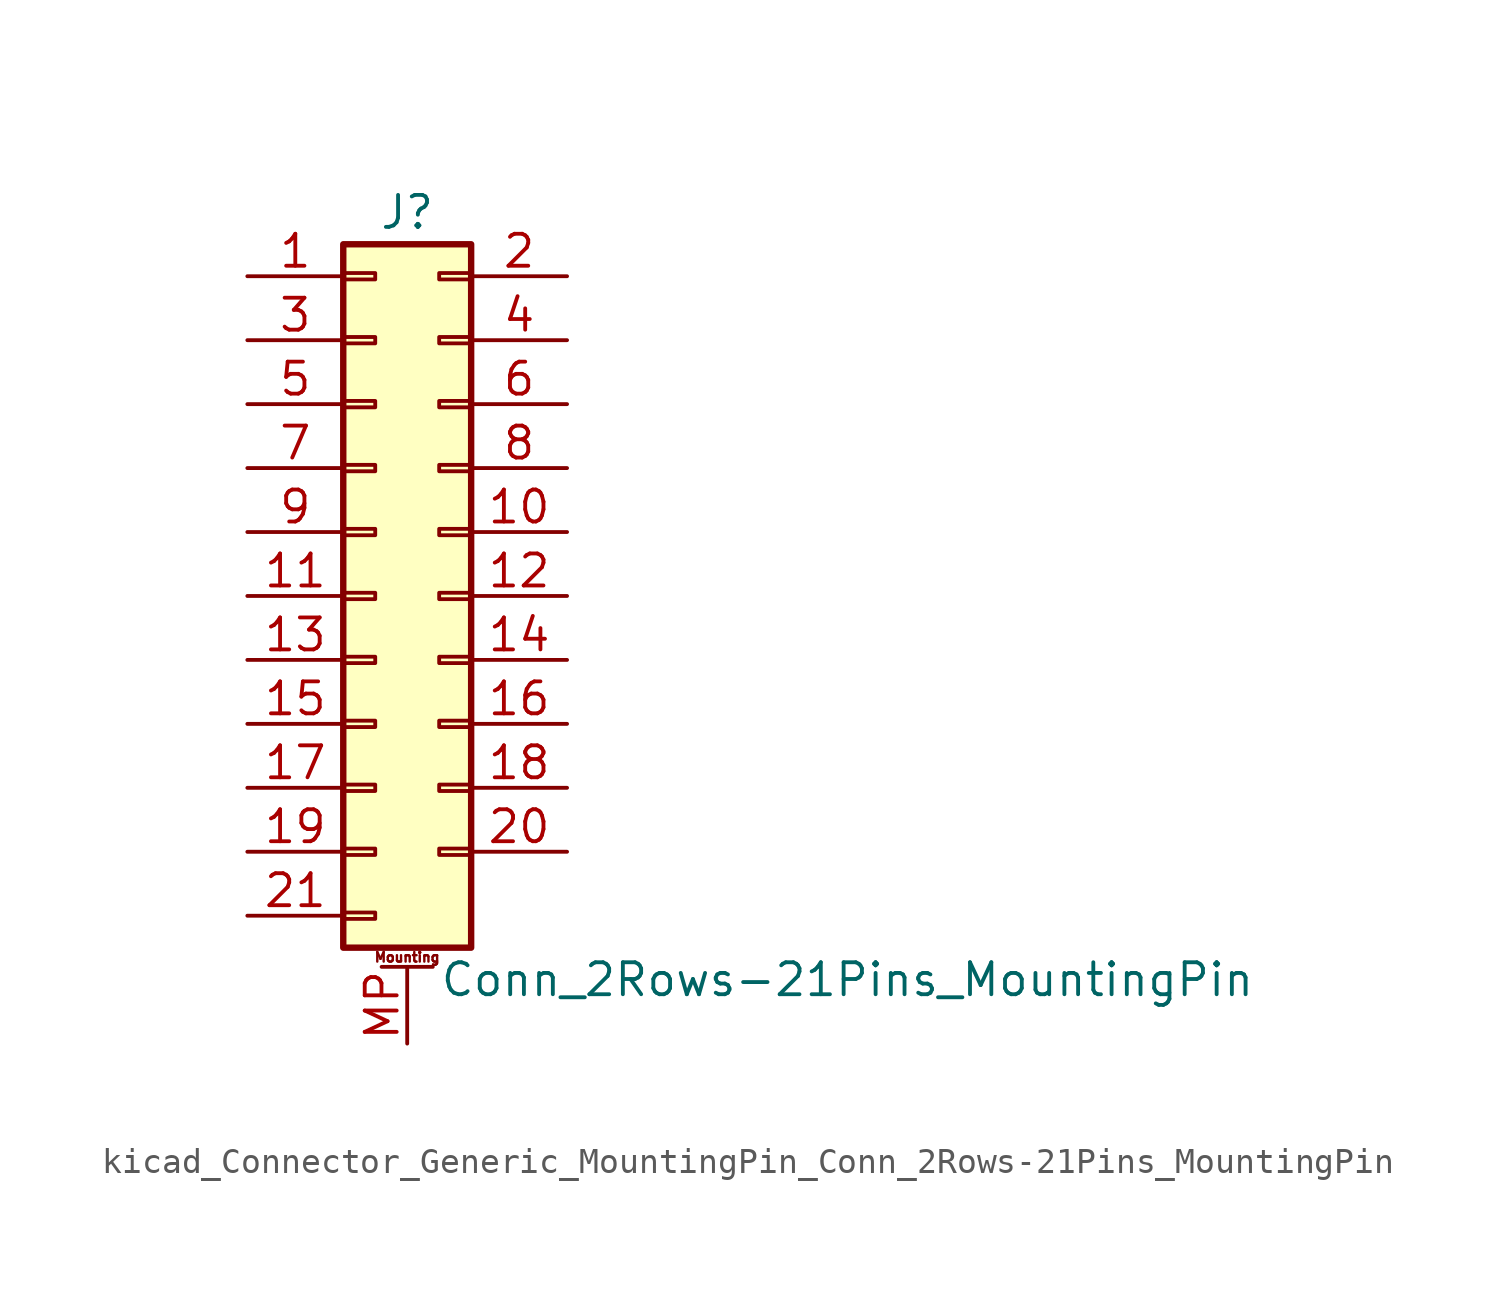
<source format=kicad_sym>
(kicad_symbol_lib
  (version 20220914)
  (generator kicad_symbol_editor)
  (symbol "kicad_Connector_Generic_MountingPin_Conn_2Rows-21Pins_MountingPin"
    (pin_names
      (offset 1.016) hide)
    (property "Reference" "J"
      (at 1.27 15.24 0)
      (effects (font (size 1.27 1.27))))
    (property "Value" "Conn_2Rows-21Pins_MountingPin"
      (at 2.54 -15.24 0)
      (effects (font (size 1.27 1.27)) (justify left)))
    (symbol "kicad_Connector_Generic_MountingPin_Conn_2Rows-21Pins_MountingPin_1_1"
      (rectangle (start -1.27 -12.573) (end 0 -12.827) (stroke (width 0.152) (type default)) (fill (type none)))
      (rectangle (start -1.27 -10.033) (end 0 -10.287) (stroke (width 0.152) (type default)) (fill (type none)))
      (rectangle (start -1.27 -7.493) (end 0 -7.747) (stroke (width 0.152) (type default)) (fill (type none)))
      (rectangle (start -1.27 -4.953) (end 0 -5.207) (stroke (width 0.152) (type default)) (fill (type none)))
      (rectangle (start -1.27 -2.413) (end 0 -2.667) (stroke (width 0.152) (type default)) (fill (type none)))
      (rectangle (start -1.27 0.127) (end 0 -0.127) (stroke (width 0.152) (type default)) (fill (type none)))
      (rectangle (start -1.27 2.667) (end 0 2.413) (stroke (width 0.152) (type default)) (fill (type none)))
      (rectangle (start -1.27 5.207) (end 0 4.953) (stroke (width 0.152) (type default)) (fill (type none)))
      (rectangle (start -1.27 7.747) (end 0 7.493) (stroke (width 0.152) (type default)) (fill (type none)))
      (rectangle (start -1.27 10.287) (end 0 10.033) (stroke (width 0.152) (type default)) (fill (type none)))
      (rectangle (start -1.27 12.827) (end 0 12.573) (stroke (width 0.152) (type default)) (fill (type none)))
      (rectangle (start -1.27 13.97) (end 3.81 -13.97) (stroke (width 0.254) (type default)) (fill (type background)))
      (polyline (pts (xy 0.254 -14.732) (xy 2.286 -14.732)) (stroke (width 0.152) (type default)) (fill (type none)))
      (rectangle (start 3.81 -10.033) (end 2.54 -10.287) (stroke (width 0.152) (type default)) (fill (type none)))
      (rectangle (start 3.81 -7.493) (end 2.54 -7.747) (stroke (width 0.152) (type default)) (fill (type none)))
      (rectangle (start 3.81 -4.953) (end 2.54 -5.207) (stroke (width 0.152) (type default)) (fill (type none)))
      (rectangle (start 3.81 -2.413) (end 2.54 -2.667) (stroke (width 0.152) (type default)) (fill (type none)))
      (rectangle (start 3.81 0.127) (end 2.54 -0.127) (stroke (width 0.152) (type default)) (fill (type none)))
      (rectangle (start 3.81 2.667) (end 2.54 2.413) (stroke (width 0.152) (type default)) (fill (type none)))
      (rectangle (start 3.81 5.207) (end 2.54 4.953) (stroke (width 0.152) (type default)) (fill (type none)))
      (rectangle (start 3.81 7.747) (end 2.54 7.493) (stroke (width 0.152) (type default)) (fill (type none)))
      (rectangle (start 3.81 10.287) (end 2.54 10.033) (stroke (width 0.152) (type default)) (fill (type none)))
      (rectangle (start 3.81 12.827) (end 2.54 12.573) (stroke (width 0.152) (type default)) (fill (type none)))
      (text "Mounting" (at 1.27 -14.351 0) (effects (font (size 0.381 0.381))))
      (pin passive line (at -5.08 12.7 0) (length 3.81) (name "Pin_1" (effects (font (size 1.27 1.27)))) (number "1" (effects (font (size 1.27 1.27)))))
      (pin passive line (at 7.62 2.54 180) (length 3.81) (name "Pin_10" (effects (font (size 1.27 1.27)))) (number "10" (effects (font (size 1.27 1.27)))))
      (pin passive line (at -5.08 0 0) (length 3.81) (name "Pin_11" (effects (font (size 1.27 1.27)))) (number "11" (effects (font (size 1.27 1.27)))))
      (pin passive line (at 7.62 0 180) (length 3.81) (name "Pin_12" (effects (font (size 1.27 1.27)))) (number "12" (effects (font (size 1.27 1.27)))))
      (pin passive line (at -5.08 -2.54 0) (length 3.81) (name "Pin_13" (effects (font (size 1.27 1.27)))) (number "13" (effects (font (size 1.27 1.27)))))
      (pin passive line (at 7.62 -2.54 180) (length 3.81) (name "Pin_14" (effects (font (size 1.27 1.27)))) (number "14" (effects (font (size 1.27 1.27)))))
      (pin passive line (at -5.08 -5.08 0) (length 3.81) (name "Pin_15" (effects (font (size 1.27 1.27)))) (number "15" (effects (font (size 1.27 1.27)))))
      (pin passive line (at 7.62 -5.08 180) (length 3.81) (name "Pin_16" (effects (font (size 1.27 1.27)))) (number "16" (effects (font (size 1.27 1.27)))))
      (pin passive line (at -5.08 -7.62 0) (length 3.81) (name "Pin_17" (effects (font (size 1.27 1.27)))) (number "17" (effects (font (size 1.27 1.27)))))
      (pin passive line (at 7.62 -7.62 180) (length 3.81) (name "Pin_18" (effects (font (size 1.27 1.27)))) (number "18" (effects (font (size 1.27 1.27)))))
      (pin passive line (at -5.08 -10.16 0) (length 3.81) (name "Pin_19" (effects (font (size 1.27 1.27)))) (number "19" (effects (font (size 1.27 1.27)))))
      (pin passive line (at 7.62 12.7 180) (length 3.81) (name "Pin_2" (effects (font (size 1.27 1.27)))) (number "2" (effects (font (size 1.27 1.27)))))
      (pin passive line (at 7.62 -10.16 180) (length 3.81) (name "Pin_20" (effects (font (size 1.27 1.27)))) (number "20" (effects (font (size 1.27 1.27)))))
      (pin passive line (at -5.08 -12.7 0) (length 3.81) (name "Pin_21" (effects (font (size 1.27 1.27)))) (number "21" (effects (font (size 1.27 1.27)))))
      (pin passive line (at -5.08 10.16 0) (length 3.81) (name "Pin_3" (effects (font (size 1.27 1.27)))) (number "3" (effects (font (size 1.27 1.27)))))
      (pin passive line (at 7.62 10.16 180) (length 3.81) (name "Pin_4" (effects (font (size 1.27 1.27)))) (number "4" (effects (font (size 1.27 1.27)))))
      (pin passive line (at -5.08 7.62 0) (length 3.81) (name "Pin_5" (effects (font (size 1.27 1.27)))) (number "5" (effects (font (size 1.27 1.27)))))
      (pin passive line (at 7.62 7.62 180) (length 3.81) (name "Pin_6" (effects (font (size 1.27 1.27)))) (number "6" (effects (font (size 1.27 1.27)))))
      (pin passive line (at -5.08 5.08 0) (length 3.81) (name "Pin_7" (effects (font (size 1.27 1.27)))) (number "7" (effects (font (size 1.27 1.27)))))
      (pin passive line (at 7.62 5.08 180) (length 3.81) (name "Pin_8" (effects (font (size 1.27 1.27)))) (number "8" (effects (font (size 1.27 1.27)))))
      (pin passive line (at -5.08 2.54 0) (length 3.81) (name "Pin_9" (effects (font (size 1.27 1.27)))) (number "9" (effects (font (size 1.27 1.27)))))
      (pin passive line (at 1.27 -17.78 90) (length 3.048) (name "MountPin" (effects (font (size 1.27 1.27)))) (number "MP" (effects (font (size 1.27 1.27))))))))
</source>
